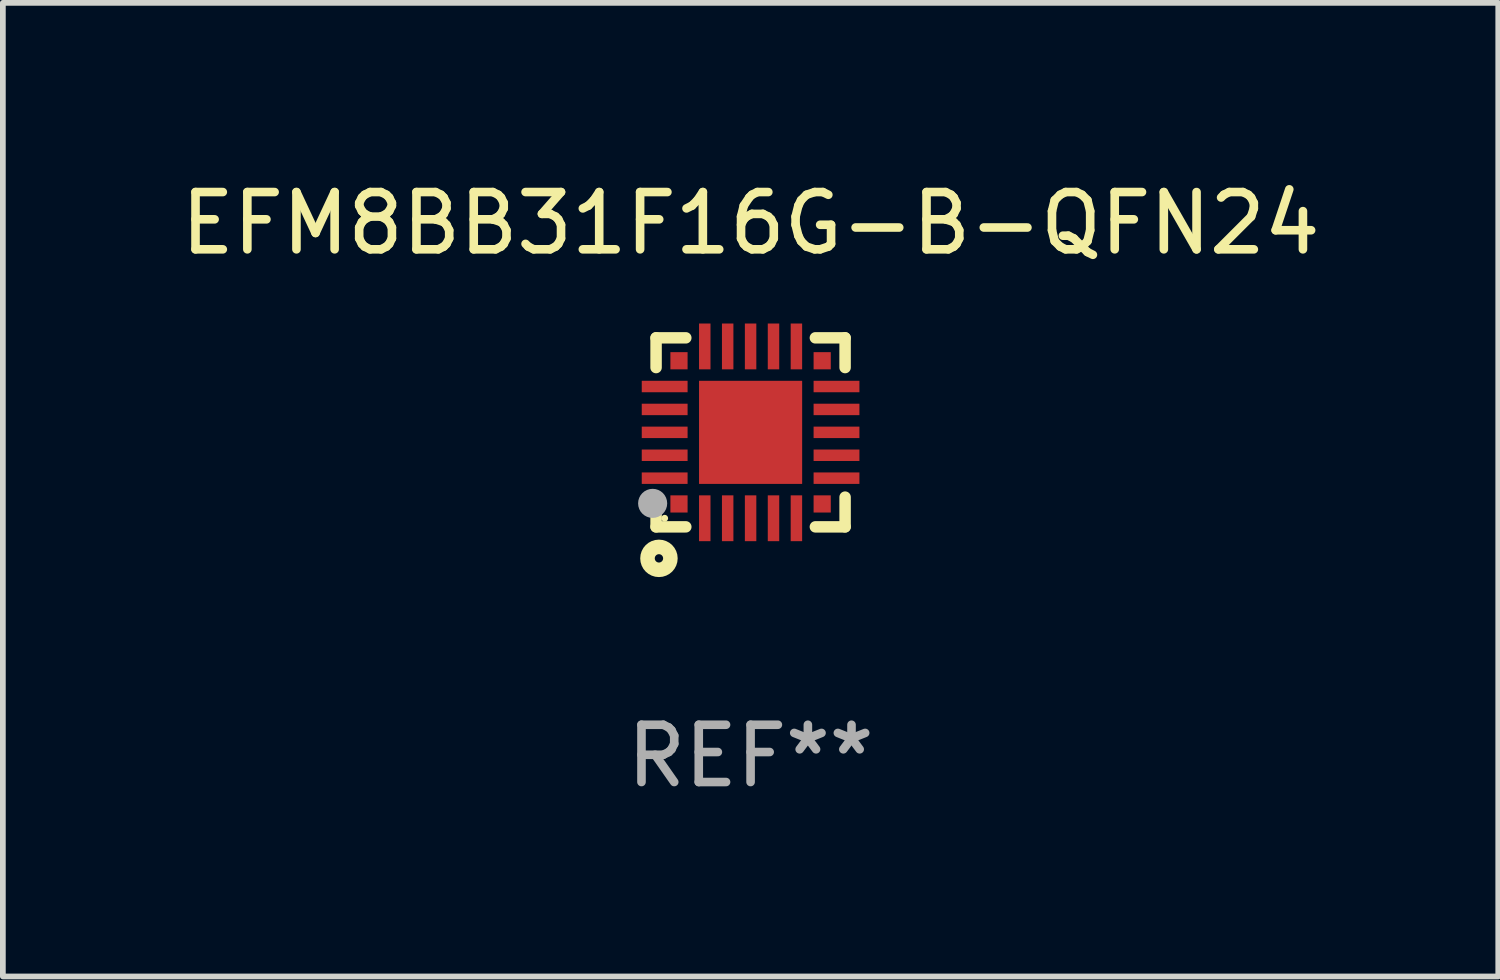
<source format=kicad_pcb>
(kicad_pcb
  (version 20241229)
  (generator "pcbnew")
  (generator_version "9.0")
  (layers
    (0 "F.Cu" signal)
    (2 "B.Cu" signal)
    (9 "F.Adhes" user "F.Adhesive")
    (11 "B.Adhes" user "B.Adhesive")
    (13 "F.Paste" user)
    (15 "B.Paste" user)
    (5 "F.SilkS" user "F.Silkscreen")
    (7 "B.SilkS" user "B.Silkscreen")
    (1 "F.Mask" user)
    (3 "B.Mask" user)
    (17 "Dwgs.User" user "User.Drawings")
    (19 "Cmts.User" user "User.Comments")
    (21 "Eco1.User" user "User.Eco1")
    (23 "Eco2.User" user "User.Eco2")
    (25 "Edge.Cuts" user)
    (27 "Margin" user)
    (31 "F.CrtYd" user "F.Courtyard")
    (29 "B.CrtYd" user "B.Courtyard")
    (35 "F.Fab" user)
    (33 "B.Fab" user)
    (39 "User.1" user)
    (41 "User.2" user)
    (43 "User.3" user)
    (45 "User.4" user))
  (footprint "EFM8BB31F16G-B-QFN24"
    (layer "F.Cu")
    (at 10.054 4.498)
    (property "Reference" "EFM8BB31F16G-B-QFN24" (at 0 -3.65 0) (layer "F.SilkS") (effects (font (size 1 1) (thickness 0.15))))
    (attr through_hole)
    (fp_line (start -1.65 -1.65) (end -1.65 -1.131) (stroke (width 0.2) (type solid)) (layer "F.SilkS"))
    (fp_line (start -1.65 -1.65) (end -1.131 -1.65) (stroke (width 0.2) (type solid)) (layer "F.SilkS"))
    (fp_line (start -1.65 1.131) (end -1.65 1.65) (stroke (width 0.2) (type solid)) (layer "F.SilkS"))
    (fp_line (start -1.65 1.65) (end -1.131 1.65) (stroke (width 0.2) (type solid)) (layer "F.SilkS"))
    (fp_line (start 1.131 -1.65) (end 1.65 -1.65) (stroke (width 0.2) (type solid)) (layer "F.SilkS"))
    (fp_line (start 1.131 1.65) (end 1.65 1.65) (stroke (width 0.2) (type solid)) (layer "F.SilkS"))
    (fp_line (start 1.65 -1.65) (end 1.65 -1.131) (stroke (width 0.2) (type solid)) (layer "F.SilkS"))
    (fp_line (start 1.65 1.131) (end 1.65 1.65) (stroke (width 0.2) (type solid)) (layer "F.SilkS"))
    (fp_circle (center -1.6 2.2) (end -1.4 2.2) (stroke (width 0.254) (type solid)) (fill no) (layer "F.SilkS"))
    (fp_circle (center -1.5 1.5) (end -1.47 1.5) (stroke (width 0.06) (type solid)) (fill no) (layer "F.SilkS"))
    (fp_circle (center -1.71 1.24) (end -1.583 1.24) (stroke (width 0.254) (type solid)) (fill no) (layer "F.Fab"))
    (fp_text user "REF**" (at 0 5.65 0) (layer "F.Fab") (effects (font (size 1 1) (thickness 0.15))))
    (pad "1" smd rect (at -1.25 1.25 90) (size 0.3 0.3) (layers "F.Cu" "F.Mask" "F.Paste"))
    (pad "2" smd rect (at -0.8 1.5) (size 0.2 0.8) (layers "F.Cu" "F.Mask" "F.Paste"))
    (pad "3" smd rect (at -0.4 1.5) (size 0.2 0.8) (layers "F.Cu" "F.Mask" "F.Paste"))
    (pad "4" smd rect (at 0.000051 1.5) (size 0.2 0.8) (layers "F.Cu" "F.Mask" "F.Paste"))
    (pad "5" smd rect (at 0.4 1.5) (size 0.2 0.8) (layers "F.Cu" "F.Mask" "F.Paste"))
    (pad "6" smd rect (at 0.8 1.5) (size 0.2 0.8) (layers "F.Cu" "F.Mask" "F.Paste"))
    (pad "7" smd rect (at 1.25 1.25 90) (size 0.3 0.3) (layers "F.Cu" "F.Mask" "F.Paste"))
    (pad "8" smd rect (at 1.5 0.8) (size 0.8 0.2) (layers "F.Cu" "F.Mask" "F.Paste"))
    (pad "9" smd rect (at 1.5 0.4) (size 0.8 0.2) (layers "F.Cu" "F.Mask" "F.Paste"))
    (pad "10" smd rect (at 1.5 0.000051) (size 0.8 0.2) (layers "F.Cu" "F.Mask" "F.Paste"))
    (pad "11" smd rect (at 1.5 -0.4) (size 0.8 0.2) (layers "F.Cu" "F.Mask" "F.Paste"))
    (pad "12" smd rect (at 1.5 -0.8) (size 0.8 0.2) (layers "F.Cu" "F.Mask" "F.Paste"))
    (pad "13" smd rect (at 1.25 -1.25 270) (size 0.3 0.3) (layers "F.Cu" "F.Mask" "F.Paste"))
    (pad "14" smd rect (at 0.8 -1.5) (size 0.2 0.8) (layers "F.Cu" "F.Mask" "F.Paste"))
    (pad "15" smd rect (at 0.4 -1.5) (size 0.2 0.8) (layers "F.Cu" "F.Mask" "F.Paste"))
    (pad "16" smd rect (at 0.000051 -1.5) (size 0.2 0.8) (layers "F.Cu" "F.Mask" "F.Paste"))
    (pad "17" smd rect (at -0.4 -1.5) (size 0.2 0.8) (layers "F.Cu" "F.Mask" "F.Paste"))
    (pad "18" smd rect (at -0.8 -1.5) (size 0.2 0.8) (layers "F.Cu" "F.Mask" "F.Paste"))
    (pad "19" smd rect (at -1.25 -1.25 90) (size 0.3 0.3) (layers "F.Cu" "F.Mask" "F.Paste"))
    (pad "20" smd rect (at -1.5 -0.8) (size 0.8 0.2) (layers "F.Cu" "F.Mask" "F.Paste"))
    (pad "21" smd rect (at -1.5 -0.4) (size 0.8 0.2) (layers "F.Cu" "F.Mask" "F.Paste"))
    (pad "22" smd rect (at -1.5 0.000051) (size 0.8 0.2) (layers "F.Cu" "F.Mask" "F.Paste"))
    (pad "23" smd rect (at -1.5 0.4) (size 0.8 0.2) (layers "F.Cu" "F.Mask" "F.Paste"))
    (pad "24" smd rect (at -1.5 0.8 180) (size 0.8 0.2) (layers "F.Cu" "F.Mask" "F.Paste"))
    (pad "25" smd rect (at 0.000051 0.000051) (size 1.8 1.8) (layers "F.Cu" "F.Mask" "F.Paste")))
  (gr_rect
    (start -3 -3)
    (end 23.107 13.997)
    (stroke (width 0.1) (type default))
    (fill no)
    (layer "Edge.Cuts")))
</source>
